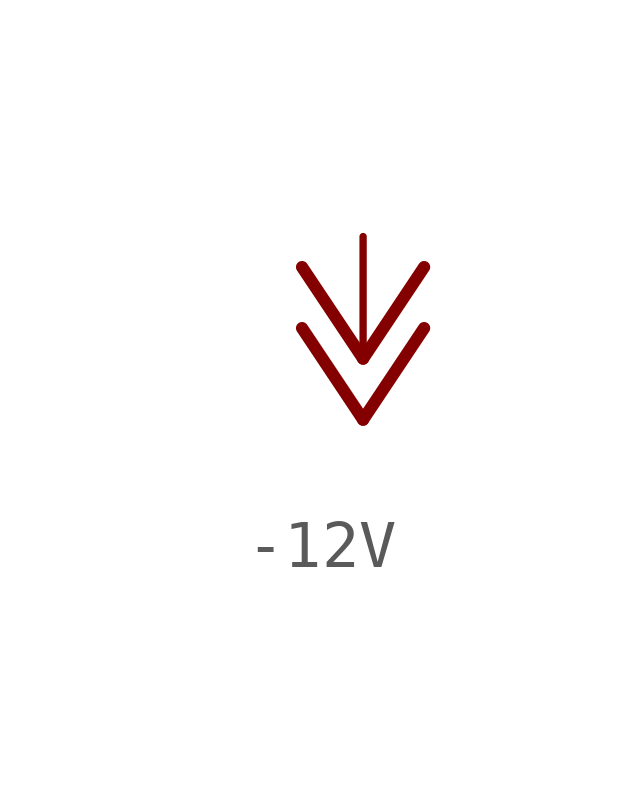
<source format=kicad_sym>
(kicad_symbol_lib
  (version 20231120)
  (generator "kicad_symbol_editor")
  (generator_version "8.0")
  (symbol "-12V"
    (power)
    (property "Reference" "#P-"
      (at 0 0 0)
      (effects (font (size 1.27 1.27)) (hide yes)))
    (property "Value" ""
      (at -2.54 -2.54 90)
      (effects (font (size 1.778 1.511)) (justify left bottom)))
    (property "ki_locked" ""
      (at 0 0 0)
      (effects (font (size 1.27 1.27))))
    (symbol "-12V_1_0"
      (polyline (pts (xy -1.27 0.635) (xy 0 -1.27)) (stroke (width 0.254) (type solid)) (fill (type none)))
      (polyline (pts (xy -1.27 1.905) (xy 0 0)) (stroke (width 0.254) (type solid)) (fill (type none)))
      (polyline (pts (xy 0 -1.27) (xy 1.27 0.635)) (stroke (width 0.254) (type solid)) (fill (type none)))
      (polyline (pts (xy 0 0) (xy 1.27 1.905)) (stroke (width 0.254) (type solid)) (fill (type none)))
      (pin power_in line (at 0 2.54 270) (length 2.54) (name "-12V" (effects (font (size 0 0)))) (number "1" (effects (font (size 0 0))))))))
</source>
